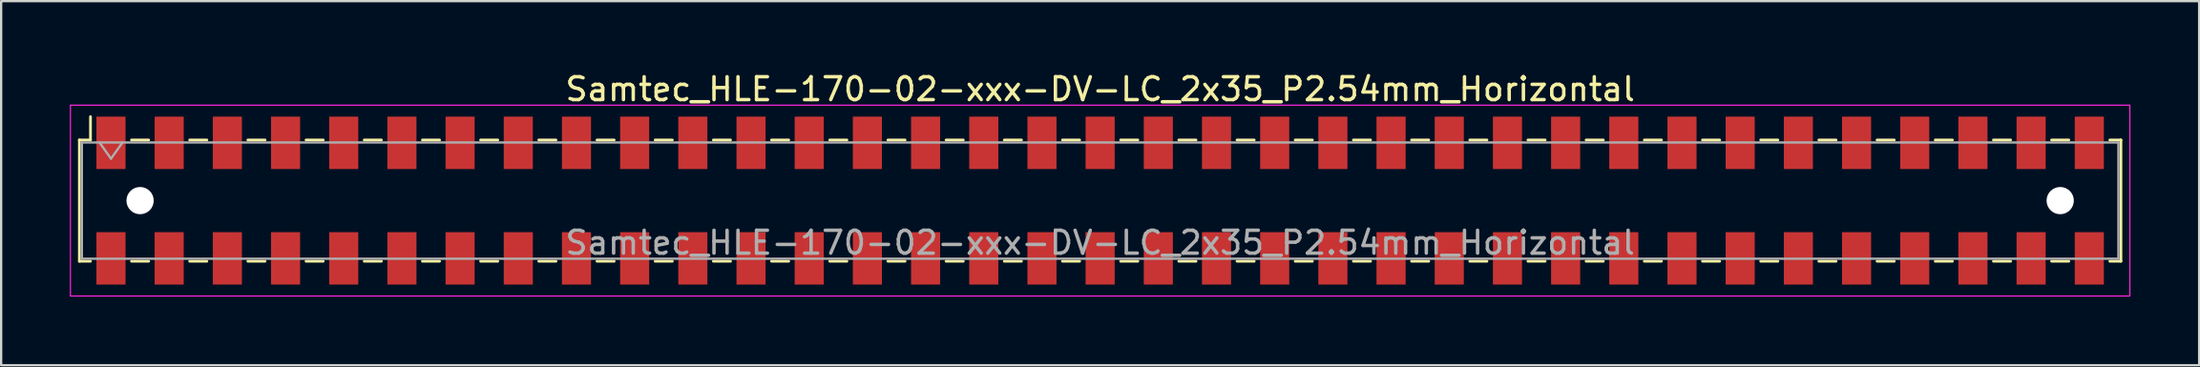
<source format=kicad_pcb>
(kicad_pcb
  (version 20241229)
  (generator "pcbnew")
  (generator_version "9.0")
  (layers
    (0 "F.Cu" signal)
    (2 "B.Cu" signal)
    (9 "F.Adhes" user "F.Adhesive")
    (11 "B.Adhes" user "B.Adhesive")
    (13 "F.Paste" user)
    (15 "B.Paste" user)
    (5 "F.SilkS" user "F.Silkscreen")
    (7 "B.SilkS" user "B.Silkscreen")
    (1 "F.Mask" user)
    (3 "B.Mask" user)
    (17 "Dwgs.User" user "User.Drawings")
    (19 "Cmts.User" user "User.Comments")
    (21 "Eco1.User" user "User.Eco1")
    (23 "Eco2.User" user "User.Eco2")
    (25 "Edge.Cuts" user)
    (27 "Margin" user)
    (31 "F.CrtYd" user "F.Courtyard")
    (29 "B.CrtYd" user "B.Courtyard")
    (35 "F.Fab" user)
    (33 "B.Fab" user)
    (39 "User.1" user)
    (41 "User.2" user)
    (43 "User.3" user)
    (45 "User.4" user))
  (footprint "Samtec_HLE-170-02-xxx-DV-LC_2x35_P2.54mm_Horizontal"
    (layer "F.Cu")
    (at 44.975 5.718)
    (property "Reference" "Samtec_HLE-170-02-xxx-DV-LC_2x35_P2.54mm_Horizontal" (at 0 -4.87 0) (layer "F.SilkS") (effects (font (size 1 1) (thickness 0.15))))
    (attr smd)
    (fp_line (start -44.56 -2.65) (end -44.56 2.65) (stroke (width 0.12) (type solid)) (layer "F.SilkS"))
    (fp_line (start -44.56 2.65) (end -44.075 2.65) (stroke (width 0.12) (type solid)) (layer "F.SilkS"))
    (fp_line (start -44.075 -3.67) (end -44.075 -2.65) (stroke (width 0.12) (type solid)) (layer "F.SilkS"))
    (fp_line (start -44.075 -2.65) (end -44.56 -2.65) (stroke (width 0.12) (type solid)) (layer "F.SilkS"))
    (fp_line (start -42.285 -2.65) (end -41.535 -2.65) (stroke (width 0.12) (type solid)) (layer "F.SilkS"))
    (fp_line (start -42.285 2.65) (end -41.535 2.65) (stroke (width 0.12) (type solid)) (layer "F.SilkS"))
    (fp_line (start -39.745 -2.65) (end -38.995 -2.65) (stroke (width 0.12) (type solid)) (layer "F.SilkS"))
    (fp_line (start -39.745 2.65) (end -38.995 2.65) (stroke (width 0.12) (type solid)) (layer "F.SilkS"))
    (fp_line (start -37.205 -2.65) (end -36.455 -2.65) (stroke (width 0.12) (type solid)) (layer "F.SilkS"))
    (fp_line (start -37.205 2.65) (end -36.455 2.65) (stroke (width 0.12) (type solid)) (layer "F.SilkS"))
    (fp_line (start -34.665 -2.65) (end -33.915 -2.65) (stroke (width 0.12) (type solid)) (layer "F.SilkS"))
    (fp_line (start -34.665 2.65) (end -33.915 2.65) (stroke (width 0.12) (type solid)) (layer "F.SilkS"))
    (fp_line (start -32.125 -2.65) (end -31.375 -2.65) (stroke (width 0.12) (type solid)) (layer "F.SilkS"))
    (fp_line (start -32.125 2.65) (end -31.375 2.65) (stroke (width 0.12) (type solid)) (layer "F.SilkS"))
    (fp_line (start -29.585 -2.65) (end -28.835 -2.65) (stroke (width 0.12) (type solid)) (layer "F.SilkS"))
    (fp_line (start -29.585 2.65) (end -28.835 2.65) (stroke (width 0.12) (type solid)) (layer "F.SilkS"))
    (fp_line (start -27.045 -2.65) (end -26.295 -2.65) (stroke (width 0.12) (type solid)) (layer "F.SilkS"))
    (fp_line (start -27.045 2.65) (end -26.295 2.65) (stroke (width 0.12) (type solid)) (layer "F.SilkS"))
    (fp_line (start -24.505 -2.65) (end -23.755 -2.65) (stroke (width 0.12) (type solid)) (layer "F.SilkS"))
    (fp_line (start -24.505 2.65) (end -23.755 2.65) (stroke (width 0.12) (type solid)) (layer "F.SilkS"))
    (fp_line (start -21.965 -2.65) (end -21.215 -2.65) (stroke (width 0.12) (type solid)) (layer "F.SilkS"))
    (fp_line (start -21.965 2.65) (end -21.215 2.65) (stroke (width 0.12) (type solid)) (layer "F.SilkS"))
    (fp_line (start -19.425 -2.65) (end -18.675 -2.65) (stroke (width 0.12) (type solid)) (layer "F.SilkS"))
    (fp_line (start -19.425 2.65) (end -18.675 2.65) (stroke (width 0.12) (type solid)) (layer "F.SilkS"))
    (fp_line (start -16.885 -2.65) (end -16.135 -2.65) (stroke (width 0.12) (type solid)) (layer "F.SilkS"))
    (fp_line (start -16.885 2.65) (end -16.135 2.65) (stroke (width 0.12) (type solid)) (layer "F.SilkS"))
    (fp_line (start -14.345 -2.65) (end -13.595 -2.65) (stroke (width 0.12) (type solid)) (layer "F.SilkS"))
    (fp_line (start -14.345 2.65) (end -13.595 2.65) (stroke (width 0.12) (type solid)) (layer "F.SilkS"))
    (fp_line (start -11.805 -2.65) (end -11.055 -2.65) (stroke (width 0.12) (type solid)) (layer "F.SilkS"))
    (fp_line (start -11.805 2.65) (end -11.055 2.65) (stroke (width 0.12) (type solid)) (layer "F.SilkS"))
    (fp_line (start -9.265 -2.65) (end -8.515 -2.65) (stroke (width 0.12) (type solid)) (layer "F.SilkS"))
    (fp_line (start -9.265 2.65) (end -8.515 2.65) (stroke (width 0.12) (type solid)) (layer "F.SilkS"))
    (fp_line (start -6.725 -2.65) (end -5.975 -2.65) (stroke (width 0.12) (type solid)) (layer "F.SilkS"))
    (fp_line (start -6.725 2.65) (end -5.975 2.65) (stroke (width 0.12) (type solid)) (layer "F.SilkS"))
    (fp_line (start -4.185 -2.65) (end -3.435 -2.65) (stroke (width 0.12) (type solid)) (layer "F.SilkS"))
    (fp_line (start -4.185 2.65) (end -3.435 2.65) (stroke (width 0.12) (type solid)) (layer "F.SilkS"))
    (fp_line (start -1.645 -2.65) (end -0.895 -2.65) (stroke (width 0.12) (type solid)) (layer "F.SilkS"))
    (fp_line (start -1.645 2.65) (end -0.895 2.65) (stroke (width 0.12) (type solid)) (layer "F.SilkS"))
    (fp_line (start 0.895 -2.65) (end 1.645 -2.65) (stroke (width 0.12) (type solid)) (layer "F.SilkS"))
    (fp_line (start 0.895 2.65) (end 1.645 2.65) (stroke (width 0.12) (type solid)) (layer "F.SilkS"))
    (fp_line (start 3.435 -2.65) (end 4.185 -2.65) (stroke (width 0.12) (type solid)) (layer "F.SilkS"))
    (fp_line (start 3.435 2.65) (end 4.185 2.65) (stroke (width 0.12) (type solid)) (layer "F.SilkS"))
    (fp_line (start 5.975 -2.65) (end 6.725 -2.65) (stroke (width 0.12) (type solid)) (layer "F.SilkS"))
    (fp_line (start 5.975 2.65) (end 6.725 2.65) (stroke (width 0.12) (type solid)) (layer "F.SilkS"))
    (fp_line (start 8.515 -2.65) (end 9.265 -2.65) (stroke (width 0.12) (type solid)) (layer "F.SilkS"))
    (fp_line (start 8.515 2.65) (end 9.265 2.65) (stroke (width 0.12) (type solid)) (layer "F.SilkS"))
    (fp_line (start 11.055 -2.65) (end 11.805 -2.65) (stroke (width 0.12) (type solid)) (layer "F.SilkS"))
    (fp_line (start 11.055 2.65) (end 11.805 2.65) (stroke (width 0.12) (type solid)) (layer "F.SilkS"))
    (fp_line (start 13.595 -2.65) (end 14.345 -2.65) (stroke (width 0.12) (type solid)) (layer "F.SilkS"))
    (fp_line (start 13.595 2.65) (end 14.345 2.65) (stroke (width 0.12) (type solid)) (layer "F.SilkS"))
    (fp_line (start 16.135 -2.65) (end 16.885 -2.65) (stroke (width 0.12) (type solid)) (layer "F.SilkS"))
    (fp_line (start 16.135 2.65) (end 16.885 2.65) (stroke (width 0.12) (type solid)) (layer "F.SilkS"))
    (fp_line (start 18.675 -2.65) (end 19.425 -2.65) (stroke (width 0.12) (type solid)) (layer "F.SilkS"))
    (fp_line (start 18.675 2.65) (end 19.425 2.65) (stroke (width 0.12) (type solid)) (layer "F.SilkS"))
    (fp_line (start 21.215 -2.65) (end 21.965 -2.65) (stroke (width 0.12) (type solid)) (layer "F.SilkS"))
    (fp_line (start 21.215 2.65) (end 21.965 2.65) (stroke (width 0.12) (type solid)) (layer "F.SilkS"))
    (fp_line (start 23.755 -2.65) (end 24.505 -2.65) (stroke (width 0.12) (type solid)) (layer "F.SilkS"))
    (fp_line (start 23.755 2.65) (end 24.505 2.65) (stroke (width 0.12) (type solid)) (layer "F.SilkS"))
    (fp_line (start 26.295 -2.65) (end 27.045 -2.65) (stroke (width 0.12) (type solid)) (layer "F.SilkS"))
    (fp_line (start 26.295 2.65) (end 27.045 2.65) (stroke (width 0.12) (type solid)) (layer "F.SilkS"))
    (fp_line (start 28.835 -2.65) (end 29.585 -2.65) (stroke (width 0.12) (type solid)) (layer "F.SilkS"))
    (fp_line (start 28.835 2.65) (end 29.585 2.65) (stroke (width 0.12) (type solid)) (layer "F.SilkS"))
    (fp_line (start 31.375 -2.65) (end 32.125 -2.65) (stroke (width 0.12) (type solid)) (layer "F.SilkS"))
    (fp_line (start 31.375 2.65) (end 32.125 2.65) (stroke (width 0.12) (type solid)) (layer "F.SilkS"))
    (fp_line (start 33.915 -2.65) (end 34.665 -2.65) (stroke (width 0.12) (type solid)) (layer "F.SilkS"))
    (fp_line (start 33.915 2.65) (end 34.665 2.65) (stroke (width 0.12) (type solid)) (layer "F.SilkS"))
    (fp_line (start 36.455 -2.65) (end 37.205 -2.65) (stroke (width 0.12) (type solid)) (layer "F.SilkS"))
    (fp_line (start 36.455 2.65) (end 37.205 2.65) (stroke (width 0.12) (type solid)) (layer "F.SilkS"))
    (fp_line (start 38.995 -2.65) (end 39.745 -2.65) (stroke (width 0.12) (type solid)) (layer "F.SilkS"))
    (fp_line (start 38.995 2.65) (end 39.745 2.65) (stroke (width 0.12) (type solid)) (layer "F.SilkS"))
    (fp_line (start 41.535 -2.65) (end 42.285 -2.65) (stroke (width 0.12) (type solid)) (layer "F.SilkS"))
    (fp_line (start 41.535 2.65) (end 42.285 2.65) (stroke (width 0.12) (type solid)) (layer "F.SilkS"))
    (fp_line (start 44.075 -2.65) (end 44.56 -2.65) (stroke (width 0.12) (type solid)) (layer "F.SilkS"))
    (fp_line (start 44.56 -2.65) (end 44.56 2.65) (stroke (width 0.12) (type solid)) (layer "F.SilkS"))
    (fp_line (start 44.56 2.65) (end 44.075 2.65) (stroke (width 0.12) (type solid)) (layer "F.SilkS"))
    (fp_line (start -44.95 -4.17) (end 44.95 -4.17) (stroke (width 0.05) (type solid)) (layer "F.CrtYd"))
    (fp_line (start -44.95 4.17) (end -44.95 -4.17) (stroke (width 0.05) (type solid)) (layer "F.CrtYd"))
    (fp_line (start 44.95 -4.17) (end 44.95 4.17) (stroke (width 0.05) (type solid)) (layer "F.CrtYd"))
    (fp_line (start 44.95 4.17) (end -44.95 4.17) (stroke (width 0.05) (type solid)) (layer "F.CrtYd"))
    (fp_line (start -44.45 -2.54) (end 44.45 -2.54) (stroke (width 0.1) (type solid)) (layer "F.Fab"))
    (fp_line (start -44.45 2.54) (end -44.45 -2.54) (stroke (width 0.1) (type solid)) (layer "F.Fab"))
    (fp_line (start -43.68 -2.54) (end -43.18 -1.833) (stroke (width 0.1) (type solid)) (layer "F.Fab"))
    (fp_line (start -43.18 -1.833) (end -42.68 -2.54) (stroke (width 0.1) (type solid)) (layer "F.Fab"))
    (fp_line (start 44.45 -2.54) (end 44.45 2.54) (stroke (width 0.1) (type solid)) (layer "F.Fab"))
    (fp_line (start 44.45 2.54) (end -44.45 2.54) (stroke (width 0.1) (type solid)) (layer "F.Fab"))
    (fp_text user "${REFERENCE}" (at 0 1.84 0) (layer "F.Fab") (effects (font (size 1 1) (thickness 0.15))))
    (pad "" np_thru_hole circle (at -41.91 0) (size 1.19 1.19) (drill 1.19) (layers "*.Cu" "*.Mask"))
    (pad "" np_thru_hole circle (at 41.91 0) (size 1.19 1.19) (drill 1.19) (layers "*.Cu" "*.Mask"))
    (pad "1" smd rect (at -43.18 -2.525) (size 1.27 2.29) (layers "F.Cu" "F.Mask" "F.Paste"))
    (pad "2" smd rect (at -43.18 2.525) (size 1.27 2.29) (layers "F.Cu" "F.Mask" "F.Paste"))
    (pad "3" smd rect (at -40.64 -2.525) (size 1.27 2.29) (layers "F.Cu" "F.Mask" "F.Paste"))
    (pad "4" smd rect (at -40.64 2.525) (size 1.27 2.29) (layers "F.Cu" "F.Mask" "F.Paste"))
    (pad "5" smd rect (at -38.1 -2.525) (size 1.27 2.29) (layers "F.Cu" "F.Mask" "F.Paste"))
    (pad "6" smd rect (at -38.1 2.525) (size 1.27 2.29) (layers "F.Cu" "F.Mask" "F.Paste"))
    (pad "7" smd rect (at -35.56 -2.525) (size 1.27 2.29) (layers "F.Cu" "F.Mask" "F.Paste"))
    (pad "8" smd rect (at -35.56 2.525) (size 1.27 2.29) (layers "F.Cu" "F.Mask" "F.Paste"))
    (pad "9" smd rect (at -33.02 -2.525) (size 1.27 2.29) (layers "F.Cu" "F.Mask" "F.Paste"))
    (pad "10" smd rect (at -33.02 2.525) (size 1.27 2.29) (layers "F.Cu" "F.Mask" "F.Paste"))
    (pad "11" smd rect (at -30.48 -2.525) (size 1.27 2.29) (layers "F.Cu" "F.Mask" "F.Paste"))
    (pad "12" smd rect (at -30.48 2.525) (size 1.27 2.29) (layers "F.Cu" "F.Mask" "F.Paste"))
    (pad "13" smd rect (at -27.94 -2.525) (size 1.27 2.29) (layers "F.Cu" "F.Mask" "F.Paste"))
    (pad "14" smd rect (at -27.94 2.525) (size 1.27 2.29) (layers "F.Cu" "F.Mask" "F.Paste"))
    (pad "15" smd rect (at -25.4 -2.525) (size 1.27 2.29) (layers "F.Cu" "F.Mask" "F.Paste"))
    (pad "16" smd rect (at -25.4 2.525) (size 1.27 2.29) (layers "F.Cu" "F.Mask" "F.Paste"))
    (pad "17" smd rect (at -22.86 -2.525) (size 1.27 2.29) (layers "F.Cu" "F.Mask" "F.Paste"))
    (pad "18" smd rect (at -22.86 2.525) (size 1.27 2.29) (layers "F.Cu" "F.Mask" "F.Paste"))
    (pad "19" smd rect (at -20.32 -2.525) (size 1.27 2.29) (layers "F.Cu" "F.Mask" "F.Paste"))
    (pad "20" smd rect (at -20.32 2.525) (size 1.27 2.29) (layers "F.Cu" "F.Mask" "F.Paste"))
    (pad "21" smd rect (at -17.78 -2.525) (size 1.27 2.29) (layers "F.Cu" "F.Mask" "F.Paste"))
    (pad "22" smd rect (at -17.78 2.525) (size 1.27 2.29) (layers "F.Cu" "F.Mask" "F.Paste"))
    (pad "23" smd rect (at -15.24 -2.525) (size 1.27 2.29) (layers "F.Cu" "F.Mask" "F.Paste"))
    (pad "24" smd rect (at -15.24 2.525) (size 1.27 2.29) (layers "F.Cu" "F.Mask" "F.Paste"))
    (pad "25" smd rect (at -12.7 -2.525) (size 1.27 2.29) (layers "F.Cu" "F.Mask" "F.Paste"))
    (pad "26" smd rect (at -12.7 2.525) (size 1.27 2.29) (layers "F.Cu" "F.Mask" "F.Paste"))
    (pad "27" smd rect (at -10.16 -2.525) (size 1.27 2.29) (layers "F.Cu" "F.Mask" "F.Paste"))
    (pad "28" smd rect (at -10.16 2.525) (size 1.27 2.29) (layers "F.Cu" "F.Mask" "F.Paste"))
    (pad "29" smd rect (at -7.62 -2.525) (size 1.27 2.29) (layers "F.Cu" "F.Mask" "F.Paste"))
    (pad "30" smd rect (at -7.62 2.525) (size 1.27 2.29) (layers "F.Cu" "F.Mask" "F.Paste"))
    (pad "31" smd rect (at -5.08 -2.525) (size 1.27 2.29) (layers "F.Cu" "F.Mask" "F.Paste"))
    (pad "32" smd rect (at -5.08 2.525) (size 1.27 2.29) (layers "F.Cu" "F.Mask" "F.Paste"))
    (pad "33" smd rect (at -2.54 -2.525) (size 1.27 2.29) (layers "F.Cu" "F.Mask" "F.Paste"))
    (pad "34" smd rect (at -2.54 2.525) (size 1.27 2.29) (layers "F.Cu" "F.Mask" "F.Paste"))
    (pad "35" smd rect (at 0 -2.525) (size 1.27 2.29) (layers "F.Cu" "F.Mask" "F.Paste"))
    (pad "36" smd rect (at 0 2.525) (size 1.27 2.29) (layers "F.Cu" "F.Mask" "F.Paste"))
    (pad "37" smd rect (at 2.54 -2.525) (size 1.27 2.29) (layers "F.Cu" "F.Mask" "F.Paste"))
    (pad "38" smd rect (at 2.54 2.525) (size 1.27 2.29) (layers "F.Cu" "F.Mask" "F.Paste"))
    (pad "39" smd rect (at 5.08 -2.525) (size 1.27 2.29) (layers "F.Cu" "F.Mask" "F.Paste"))
    (pad "40" smd rect (at 5.08 2.525) (size 1.27 2.29) (layers "F.Cu" "F.Mask" "F.Paste"))
    (pad "41" smd rect (at 7.62 -2.525) (size 1.27 2.29) (layers "F.Cu" "F.Mask" "F.Paste"))
    (pad "42" smd rect (at 7.62 2.525) (size 1.27 2.29) (layers "F.Cu" "F.Mask" "F.Paste"))
    (pad "43" smd rect (at 10.16 -2.525) (size 1.27 2.29) (layers "F.Cu" "F.Mask" "F.Paste"))
    (pad "44" smd rect (at 10.16 2.525) (size 1.27 2.29) (layers "F.Cu" "F.Mask" "F.Paste"))
    (pad "45" smd rect (at 12.7 -2.525) (size 1.27 2.29) (layers "F.Cu" "F.Mask" "F.Paste"))
    (pad "46" smd rect (at 12.7 2.525) (size 1.27 2.29) (layers "F.Cu" "F.Mask" "F.Paste"))
    (pad "47" smd rect (at 15.24 -2.525) (size 1.27 2.29) (layers "F.Cu" "F.Mask" "F.Paste"))
    (pad "48" smd rect (at 15.24 2.525) (size 1.27 2.29) (layers "F.Cu" "F.Mask" "F.Paste"))
    (pad "49" smd rect (at 17.78 -2.525) (size 1.27 2.29) (layers "F.Cu" "F.Mask" "F.Paste"))
    (pad "50" smd rect (at 17.78 2.525) (size 1.27 2.29) (layers "F.Cu" "F.Mask" "F.Paste"))
    (pad "51" smd rect (at 20.32 -2.525) (size 1.27 2.29) (layers "F.Cu" "F.Mask" "F.Paste"))
    (pad "52" smd rect (at 20.32 2.525) (size 1.27 2.29) (layers "F.Cu" "F.Mask" "F.Paste"))
    (pad "53" smd rect (at 22.86 -2.525) (size 1.27 2.29) (layers "F.Cu" "F.Mask" "F.Paste"))
    (pad "54" smd rect (at 22.86 2.525) (size 1.27 2.29) (layers "F.Cu" "F.Mask" "F.Paste"))
    (pad "55" smd rect (at 25.4 -2.525) (size 1.27 2.29) (layers "F.Cu" "F.Mask" "F.Paste"))
    (pad "56" smd rect (at 25.4 2.525) (size 1.27 2.29) (layers "F.Cu" "F.Mask" "F.Paste"))
    (pad "57" smd rect (at 27.94 -2.525) (size 1.27 2.29) (layers "F.Cu" "F.Mask" "F.Paste"))
    (pad "58" smd rect (at 27.94 2.525) (size 1.27 2.29) (layers "F.Cu" "F.Mask" "F.Paste"))
    (pad "59" smd rect (at 30.48 -2.525) (size 1.27 2.29) (layers "F.Cu" "F.Mask" "F.Paste"))
    (pad "60" smd rect (at 30.48 2.525) (size 1.27 2.29) (layers "F.Cu" "F.Mask" "F.Paste"))
    (pad "61" smd rect (at 33.02 -2.525) (size 1.27 2.29) (layers "F.Cu" "F.Mask" "F.Paste"))
    (pad "62" smd rect (at 33.02 2.525) (size 1.27 2.29) (layers "F.Cu" "F.Mask" "F.Paste"))
    (pad "63" smd rect (at 35.56 -2.525) (size 1.27 2.29) (layers "F.Cu" "F.Mask" "F.Paste"))
    (pad "64" smd rect (at 35.56 2.525) (size 1.27 2.29) (layers "F.Cu" "F.Mask" "F.Paste"))
    (pad "65" smd rect (at 38.1 -2.525) (size 1.27 2.29) (layers "F.Cu" "F.Mask" "F.Paste"))
    (pad "66" smd rect (at 38.1 2.525) (size 1.27 2.29) (layers "F.Cu" "F.Mask" "F.Paste"))
    (pad "67" smd rect (at 40.64 -2.525) (size 1.27 2.29) (layers "F.Cu" "F.Mask" "F.Paste"))
    (pad "68" smd rect (at 40.64 2.525) (size 1.27 2.29) (layers "F.Cu" "F.Mask" "F.Paste"))
    (pad "69" smd rect (at 43.18 -2.525) (size 1.27 2.29) (layers "F.Cu" "F.Mask" "F.Paste"))
    (pad "70" smd rect (at 43.18 2.525) (size 1.27 2.29) (layers "F.Cu" "F.Mask" "F.Paste")))
  (gr_rect
    (start -3 -3)
    (end 92.95 12.913)
    (stroke (width 0.1) (type default))
    (fill no)
    (layer "Edge.Cuts")))
</source>
